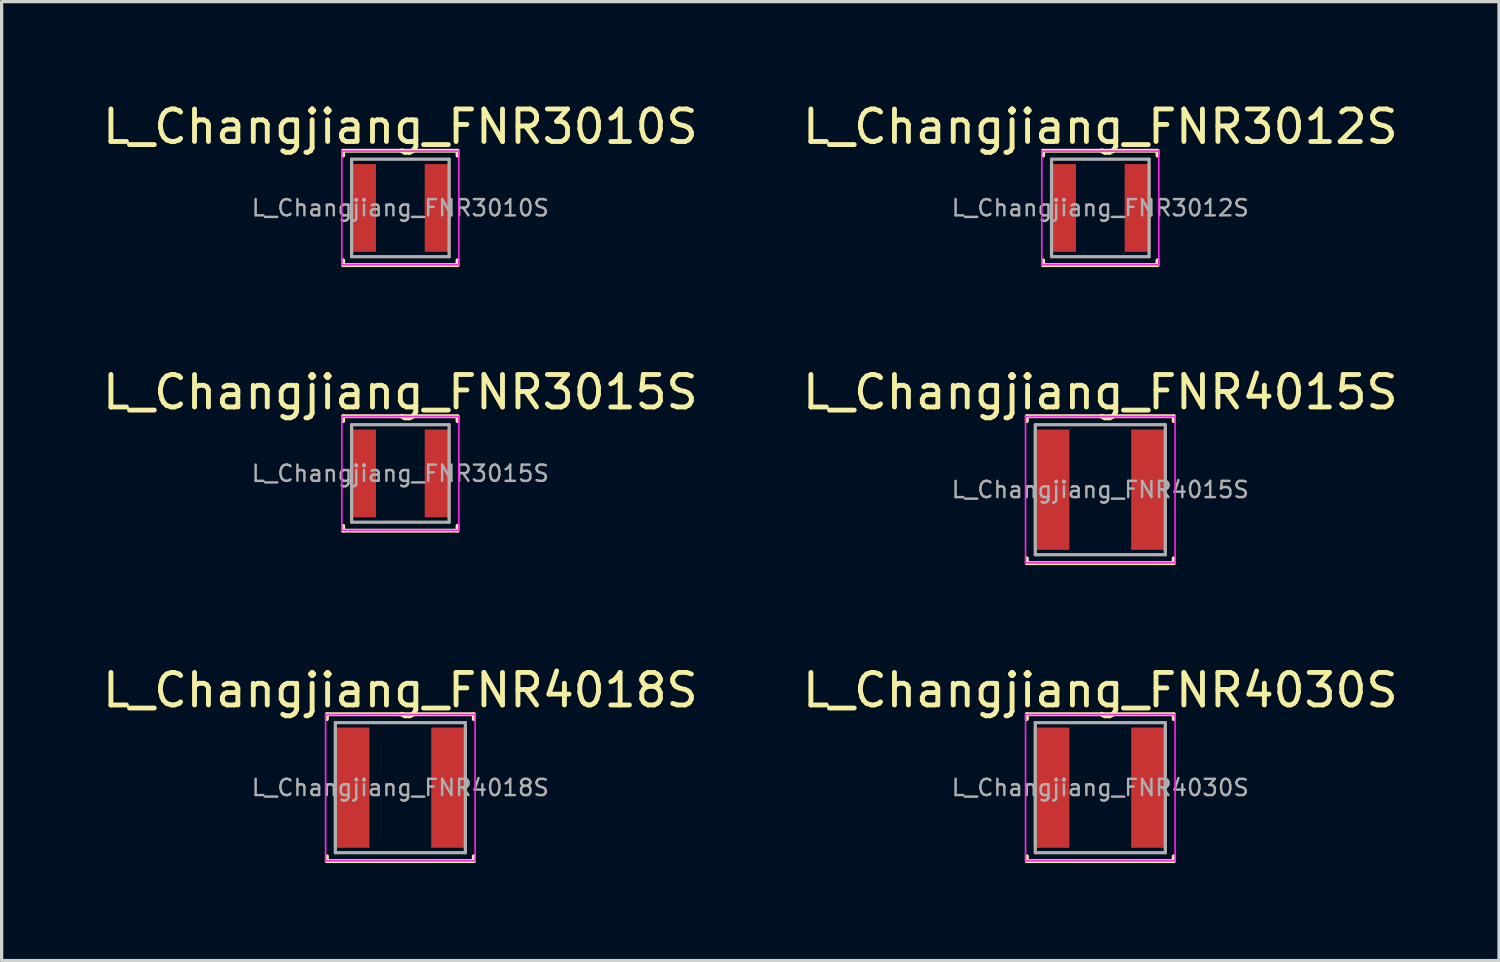
<source format=kicad_pcb>
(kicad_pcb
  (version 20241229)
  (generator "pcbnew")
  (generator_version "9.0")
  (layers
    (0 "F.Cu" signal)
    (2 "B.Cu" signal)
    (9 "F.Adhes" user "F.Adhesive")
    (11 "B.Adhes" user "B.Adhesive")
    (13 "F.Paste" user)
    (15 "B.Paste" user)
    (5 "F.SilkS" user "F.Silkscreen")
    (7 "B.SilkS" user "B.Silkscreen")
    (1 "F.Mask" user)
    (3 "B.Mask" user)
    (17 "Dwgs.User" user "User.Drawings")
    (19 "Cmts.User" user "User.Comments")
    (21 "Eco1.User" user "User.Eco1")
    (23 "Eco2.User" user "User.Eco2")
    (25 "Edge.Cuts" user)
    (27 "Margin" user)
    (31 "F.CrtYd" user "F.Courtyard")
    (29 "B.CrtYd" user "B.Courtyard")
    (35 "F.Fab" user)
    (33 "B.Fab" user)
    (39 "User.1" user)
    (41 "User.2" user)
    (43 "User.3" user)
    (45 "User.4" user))
  (footprint "L_Changjiang_FNR4030S"
    (layer "F.Cu")
    (at 30.804 21.185)
    (property "Reference" "L_Changjiang_FNR4030S" (at 0 -3 0) (layer "F.SilkS") (effects (font (size 1 1) (thickness 0.15))))
    (attr smd)
    (fp_line (start -2.26 -2.26) (end -2.26 -2.11) (stroke (width 0.12) (type solid)) (layer "F.SilkS"))
    (fp_line (start -2.26 -2.26) (end 2.26 -2.26) (stroke (width 0.12) (type solid)) (layer "F.SilkS"))
    (fp_line (start -2.26 2.26) (end -2.26 2.11) (stroke (width 0.12) (type solid)) (layer "F.SilkS"))
    (fp_line (start -2.26 2.26) (end 2.26 2.26) (stroke (width 0.12) (type solid)) (layer "F.SilkS"))
    (fp_line (start 2.26 -2.26) (end 2.26 -2.11) (stroke (width 0.12) (type solid)) (layer "F.SilkS"))
    (fp_line (start 2.26 2.26) (end 2.26 2.11) (stroke (width 0.12) (type solid)) (layer "F.SilkS"))
    (fp_line (start -2.3 -2.25) (end -2.3 2.25) (stroke (width 0.05) (type solid)) (layer "F.CrtYd"))
    (fp_line (start -2.3 2.25) (end 2.3 2.25) (stroke (width 0.05) (type solid)) (layer "F.CrtYd"))
    (fp_line (start 2.3 -2.25) (end -2.3 -2.25) (stroke (width 0.05) (type solid)) (layer "F.CrtYd"))
    (fp_line (start 2.3 2.25) (end 2.3 -2.25) (stroke (width 0.05) (type solid)) (layer "F.CrtYd"))
    (fp_line (start -2 -2) (end -2 2) (stroke (width 0.1) (type solid)) (layer "F.Fab"))
    (fp_line (start -2 2) (end 2 2) (stroke (width 0.1) (type solid)) (layer "F.Fab"))
    (fp_line (start 2 -2) (end -2 -2) (stroke (width 0.1) (type solid)) (layer "F.Fab"))
    (fp_line (start 2 2) (end 2 -2) (stroke (width 0.1) (type solid)) (layer "F.Fab"))
    (fp_text user "${REFERENCE}" (at 0 0 0) (layer "F.Fab") (effects (font (size 0.5 0.5) (thickness 0.075))))
    (pad "1" smd rect (at -1.5 0) (size 1.1 3.7) (layers "F.Cu" "F.Mask" "F.Paste"))
    (pad "2" smd rect (at 1.5 0) (size 1.1 3.7) (layers "F.Cu" "F.Mask" "F.Paste")))
  (footprint "L_Changjiang_FNR3012S"
    (layer "F.Cu")
    (at 30.804 3.348)
    (property "Reference" "L_Changjiang_FNR3012S" (at 0 -2.5 0) (layer "F.SilkS") (effects (font (size 1 1) (thickness 0.15))))
    (attr smd)
    (fp_line (start -1.76 -1.76) (end -1.76 -1.61) (stroke (width 0.12) (type solid)) (layer "F.SilkS"))
    (fp_line (start -1.76 -1.76) (end 1.76 -1.76) (stroke (width 0.12) (type solid)) (layer "F.SilkS"))
    (fp_line (start -1.76 1.76) (end -1.76 1.61) (stroke (width 0.12) (type solid)) (layer "F.SilkS"))
    (fp_line (start -1.76 1.76) (end 1.76 1.76) (stroke (width 0.12) (type solid)) (layer "F.SilkS"))
    (fp_line (start 1.76 -1.76) (end 1.76 -1.61) (stroke (width 0.12) (type solid)) (layer "F.SilkS"))
    (fp_line (start 1.76 1.76) (end 1.76 1.61) (stroke (width 0.12) (type solid)) (layer "F.SilkS"))
    (fp_line (start -1.8 -1.75) (end -1.8 1.75) (stroke (width 0.05) (type solid)) (layer "F.CrtYd"))
    (fp_line (start -1.8 1.75) (end 1.8 1.75) (stroke (width 0.05) (type solid)) (layer "F.CrtYd"))
    (fp_line (start 1.8 -1.75) (end -1.8 -1.75) (stroke (width 0.05) (type solid)) (layer "F.CrtYd"))
    (fp_line (start 1.8 1.75) (end 1.8 -1.75) (stroke (width 0.05) (type solid)) (layer "F.CrtYd"))
    (fp_line (start -1.5 -1.5) (end -1.5 1.5) (stroke (width 0.1) (type solid)) (layer "F.Fab"))
    (fp_line (start -1.5 1.5) (end 1.5 1.5) (stroke (width 0.1) (type solid)) (layer "F.Fab"))
    (fp_line (start 1.5 -1.5) (end -1.5 -1.5) (stroke (width 0.1) (type solid)) (layer "F.Fab"))
    (fp_line (start 1.5 1.5) (end 1.5 -1.5) (stroke (width 0.1) (type solid)) (layer "F.Fab"))
    (fp_text user "${REFERENCE}" (at 0 0 0) (layer "F.Fab") (effects (font (size 0.5 0.5) (thickness 0.075))))
    (pad "1" smd rect (at -1.15 0) (size 0.8 2.7) (layers "F.Cu" "F.Mask" "F.Paste"))
    (pad "2" smd rect (at 1.15 0) (size 0.8 2.7) (layers "F.Cu" "F.Mask" "F.Paste")))
  (footprint "L_Changjiang_FNR3010S"
    (layer "F.Cu")
    (at 9.268 3.348)
    (property "Reference" "L_Changjiang_FNR3010S" (at 0 -2.5 0) (layer "F.SilkS") (effects (font (size 1 1) (thickness 0.15))))
    (attr smd)
    (fp_line (start -1.76 -1.76) (end -1.76 -1.61) (stroke (width 0.12) (type solid)) (layer "F.SilkS"))
    (fp_line (start -1.76 -1.76) (end 1.76 -1.76) (stroke (width 0.12) (type solid)) (layer "F.SilkS"))
    (fp_line (start -1.76 1.76) (end -1.76 1.61) (stroke (width 0.12) (type solid)) (layer "F.SilkS"))
    (fp_line (start -1.76 1.76) (end 1.76 1.76) (stroke (width 0.12) (type solid)) (layer "F.SilkS"))
    (fp_line (start 1.76 -1.76) (end 1.76 -1.61) (stroke (width 0.12) (type solid)) (layer "F.SilkS"))
    (fp_line (start 1.76 1.76) (end 1.76 1.61) (stroke (width 0.12) (type solid)) (layer "F.SilkS"))
    (fp_line (start -1.8 -1.75) (end -1.8 1.75) (stroke (width 0.05) (type solid)) (layer "F.CrtYd"))
    (fp_line (start -1.8 1.75) (end 1.8 1.75) (stroke (width 0.05) (type solid)) (layer "F.CrtYd"))
    (fp_line (start 1.8 -1.75) (end -1.8 -1.75) (stroke (width 0.05) (type solid)) (layer "F.CrtYd"))
    (fp_line (start 1.8 1.75) (end 1.8 -1.75) (stroke (width 0.05) (type solid)) (layer "F.CrtYd"))
    (fp_line (start -1.5 -1.5) (end -1.5 1.5) (stroke (width 0.1) (type solid)) (layer "F.Fab"))
    (fp_line (start -1.5 1.5) (end 1.5 1.5) (stroke (width 0.1) (type solid)) (layer "F.Fab"))
    (fp_line (start 1.5 -1.5) (end -1.5 -1.5) (stroke (width 0.1) (type solid)) (layer "F.Fab"))
    (fp_line (start 1.5 1.5) (end 1.5 -1.5) (stroke (width 0.1) (type solid)) (layer "F.Fab"))
    (fp_text user "${REFERENCE}" (at 0 0 0) (layer "F.Fab") (effects (font (size 0.5 0.5) (thickness 0.075))))
    (pad "1" smd rect (at -1.15 0) (size 0.8 2.7) (layers "F.Cu" "F.Mask" "F.Paste"))
    (pad "2" smd rect (at 1.15 0) (size 0.8 2.7) (layers "F.Cu" "F.Mask" "F.Paste")))
  (footprint "L_Changjiang_FNR4015S"
    (layer "F.Cu")
    (at 30.804 12.017)
    (property "Reference" "L_Changjiang_FNR4015S" (at 0 -3 0) (layer "F.SilkS") (effects (font (size 1 1) (thickness 0.15))))
    (attr smd)
    (fp_line (start -2.26 -2.26) (end -2.26 -2.11) (stroke (width 0.12) (type solid)) (layer "F.SilkS"))
    (fp_line (start -2.26 -2.26) (end 2.26 -2.26) (stroke (width 0.12) (type solid)) (layer "F.SilkS"))
    (fp_line (start -2.26 2.26) (end -2.26 2.11) (stroke (width 0.12) (type solid)) (layer "F.SilkS"))
    (fp_line (start -2.26 2.26) (end 2.26 2.26) (stroke (width 0.12) (type solid)) (layer "F.SilkS"))
    (fp_line (start 2.26 -2.26) (end 2.26 -2.11) (stroke (width 0.12) (type solid)) (layer "F.SilkS"))
    (fp_line (start 2.26 2.26) (end 2.26 2.11) (stroke (width 0.12) (type solid)) (layer "F.SilkS"))
    (fp_line (start -2.3 -2.25) (end -2.3 2.25) (stroke (width 0.05) (type solid)) (layer "F.CrtYd"))
    (fp_line (start -2.3 2.25) (end 2.3 2.25) (stroke (width 0.05) (type solid)) (layer "F.CrtYd"))
    (fp_line (start 2.3 -2.25) (end -2.3 -2.25) (stroke (width 0.05) (type solid)) (layer "F.CrtYd"))
    (fp_line (start 2.3 2.25) (end 2.3 -2.25) (stroke (width 0.05) (type solid)) (layer "F.CrtYd"))
    (fp_line (start -2 -2) (end -2 2) (stroke (width 0.1) (type solid)) (layer "F.Fab"))
    (fp_line (start -2 2) (end 2 2) (stroke (width 0.1) (type solid)) (layer "F.Fab"))
    (fp_line (start 2 -2) (end -2 -2) (stroke (width 0.1) (type solid)) (layer "F.Fab"))
    (fp_line (start 2 2) (end 2 -2) (stroke (width 0.1) (type solid)) (layer "F.Fab"))
    (fp_text user "${REFERENCE}" (at 0 0 0) (layer "F.Fab") (effects (font (size 0.5 0.5) (thickness 0.075))))
    (pad "1" smd rect (at -1.5 0) (size 1.1 3.7) (layers "F.Cu" "F.Mask" "F.Paste"))
    (pad "2" smd rect (at 1.5 0) (size 1.1 3.7) (layers "F.Cu" "F.Mask" "F.Paste")))
  (footprint "L_Changjiang_FNR4018S"
    (layer "F.Cu")
    (at 9.268 21.185)
    (property "Reference" "L_Changjiang_FNR4018S" (at 0 -3 0) (layer "F.SilkS") (effects (font (size 1 1) (thickness 0.15))))
    (attr smd)
    (fp_line (start -2.26 -2.26) (end -2.26 -2.11) (stroke (width 0.12) (type solid)) (layer "F.SilkS"))
    (fp_line (start -2.26 -2.26) (end 2.26 -2.26) (stroke (width 0.12) (type solid)) (layer "F.SilkS"))
    (fp_line (start -2.26 2.26) (end -2.26 2.11) (stroke (width 0.12) (type solid)) (layer "F.SilkS"))
    (fp_line (start -2.26 2.26) (end 2.26 2.26) (stroke (width 0.12) (type solid)) (layer "F.SilkS"))
    (fp_line (start 2.26 -2.26) (end 2.26 -2.11) (stroke (width 0.12) (type solid)) (layer "F.SilkS"))
    (fp_line (start 2.26 2.26) (end 2.26 2.11) (stroke (width 0.12) (type solid)) (layer "F.SilkS"))
    (fp_line (start -2.3 -2.25) (end -2.3 2.25) (stroke (width 0.05) (type solid)) (layer "F.CrtYd"))
    (fp_line (start -2.3 2.25) (end 2.3 2.25) (stroke (width 0.05) (type solid)) (layer "F.CrtYd"))
    (fp_line (start 2.3 -2.25) (end -2.3 -2.25) (stroke (width 0.05) (type solid)) (layer "F.CrtYd"))
    (fp_line (start 2.3 2.25) (end 2.3 -2.25) (stroke (width 0.05) (type solid)) (layer "F.CrtYd"))
    (fp_line (start -2 -2) (end -2 2) (stroke (width 0.1) (type solid)) (layer "F.Fab"))
    (fp_line (start -2 2) (end 2 2) (stroke (width 0.1) (type solid)) (layer "F.Fab"))
    (fp_line (start 2 -2) (end -2 -2) (stroke (width 0.1) (type solid)) (layer "F.Fab"))
    (fp_line (start 2 2) (end 2 -2) (stroke (width 0.1) (type solid)) (layer "F.Fab"))
    (fp_text user "${REFERENCE}" (at 0 0 0) (layer "F.Fab") (effects (font (size 0.5 0.5) (thickness 0.075))))
    (pad "1" smd rect (at -1.5 0) (size 1.1 3.7) (layers "F.Cu" "F.Mask" "F.Paste"))
    (pad "2" smd rect (at 1.5 0) (size 1.1 3.7) (layers "F.Cu" "F.Mask" "F.Paste")))
  (footprint "L_Changjiang_FNR3015S"
    (layer "F.Cu")
    (at 9.268 11.517)
    (property "Reference" "L_Changjiang_FNR3015S" (at 0 -2.5 0) (layer "F.SilkS") (effects (font (size 1 1) (thickness 0.15))))
    (attr smd)
    (fp_line (start -1.76 -1.76) (end -1.76 -1.61) (stroke (width 0.12) (type solid)) (layer "F.SilkS"))
    (fp_line (start -1.76 -1.76) (end 1.76 -1.76) (stroke (width 0.12) (type solid)) (layer "F.SilkS"))
    (fp_line (start -1.76 1.76) (end -1.76 1.61) (stroke (width 0.12) (type solid)) (layer "F.SilkS"))
    (fp_line (start -1.76 1.76) (end 1.76 1.76) (stroke (width 0.12) (type solid)) (layer "F.SilkS"))
    (fp_line (start 1.76 -1.76) (end 1.76 -1.61) (stroke (width 0.12) (type solid)) (layer "F.SilkS"))
    (fp_line (start 1.76 1.76) (end 1.76 1.61) (stroke (width 0.12) (type solid)) (layer "F.SilkS"))
    (fp_line (start -1.8 -1.75) (end -1.8 1.75) (stroke (width 0.05) (type solid)) (layer "F.CrtYd"))
    (fp_line (start -1.8 1.75) (end 1.8 1.75) (stroke (width 0.05) (type solid)) (layer "F.CrtYd"))
    (fp_line (start 1.8 -1.75) (end -1.8 -1.75) (stroke (width 0.05) (type solid)) (layer "F.CrtYd"))
    (fp_line (start 1.8 1.75) (end 1.8 -1.75) (stroke (width 0.05) (type solid)) (layer "F.CrtYd"))
    (fp_line (start -1.5 -1.5) (end -1.5 1.5) (stroke (width 0.1) (type solid)) (layer "F.Fab"))
    (fp_line (start -1.5 1.5) (end 1.5 1.5) (stroke (width 0.1) (type solid)) (layer "F.Fab"))
    (fp_line (start 1.5 -1.5) (end -1.5 -1.5) (stroke (width 0.1) (type solid)) (layer "F.Fab"))
    (fp_line (start 1.5 1.5) (end 1.5 -1.5) (stroke (width 0.1) (type solid)) (layer "F.Fab"))
    (fp_text user "${REFERENCE}" (at 0 0 0) (layer "F.Fab") (effects (font (size 0.5 0.5) (thickness 0.075))))
    (pad "1" smd rect (at -1.15 0) (size 0.8 2.7) (layers "F.Cu" "F.Mask" "F.Paste"))
    (pad "2" smd rect (at 1.15 0) (size 0.8 2.7) (layers "F.Cu" "F.Mask" "F.Paste")))
  (gr_rect
    (start -3 -3)
    (end 43.071 26.505)
    (stroke (width 0.1) (type default))
    (fill no)
    (layer "Edge.Cuts")))
</source>
